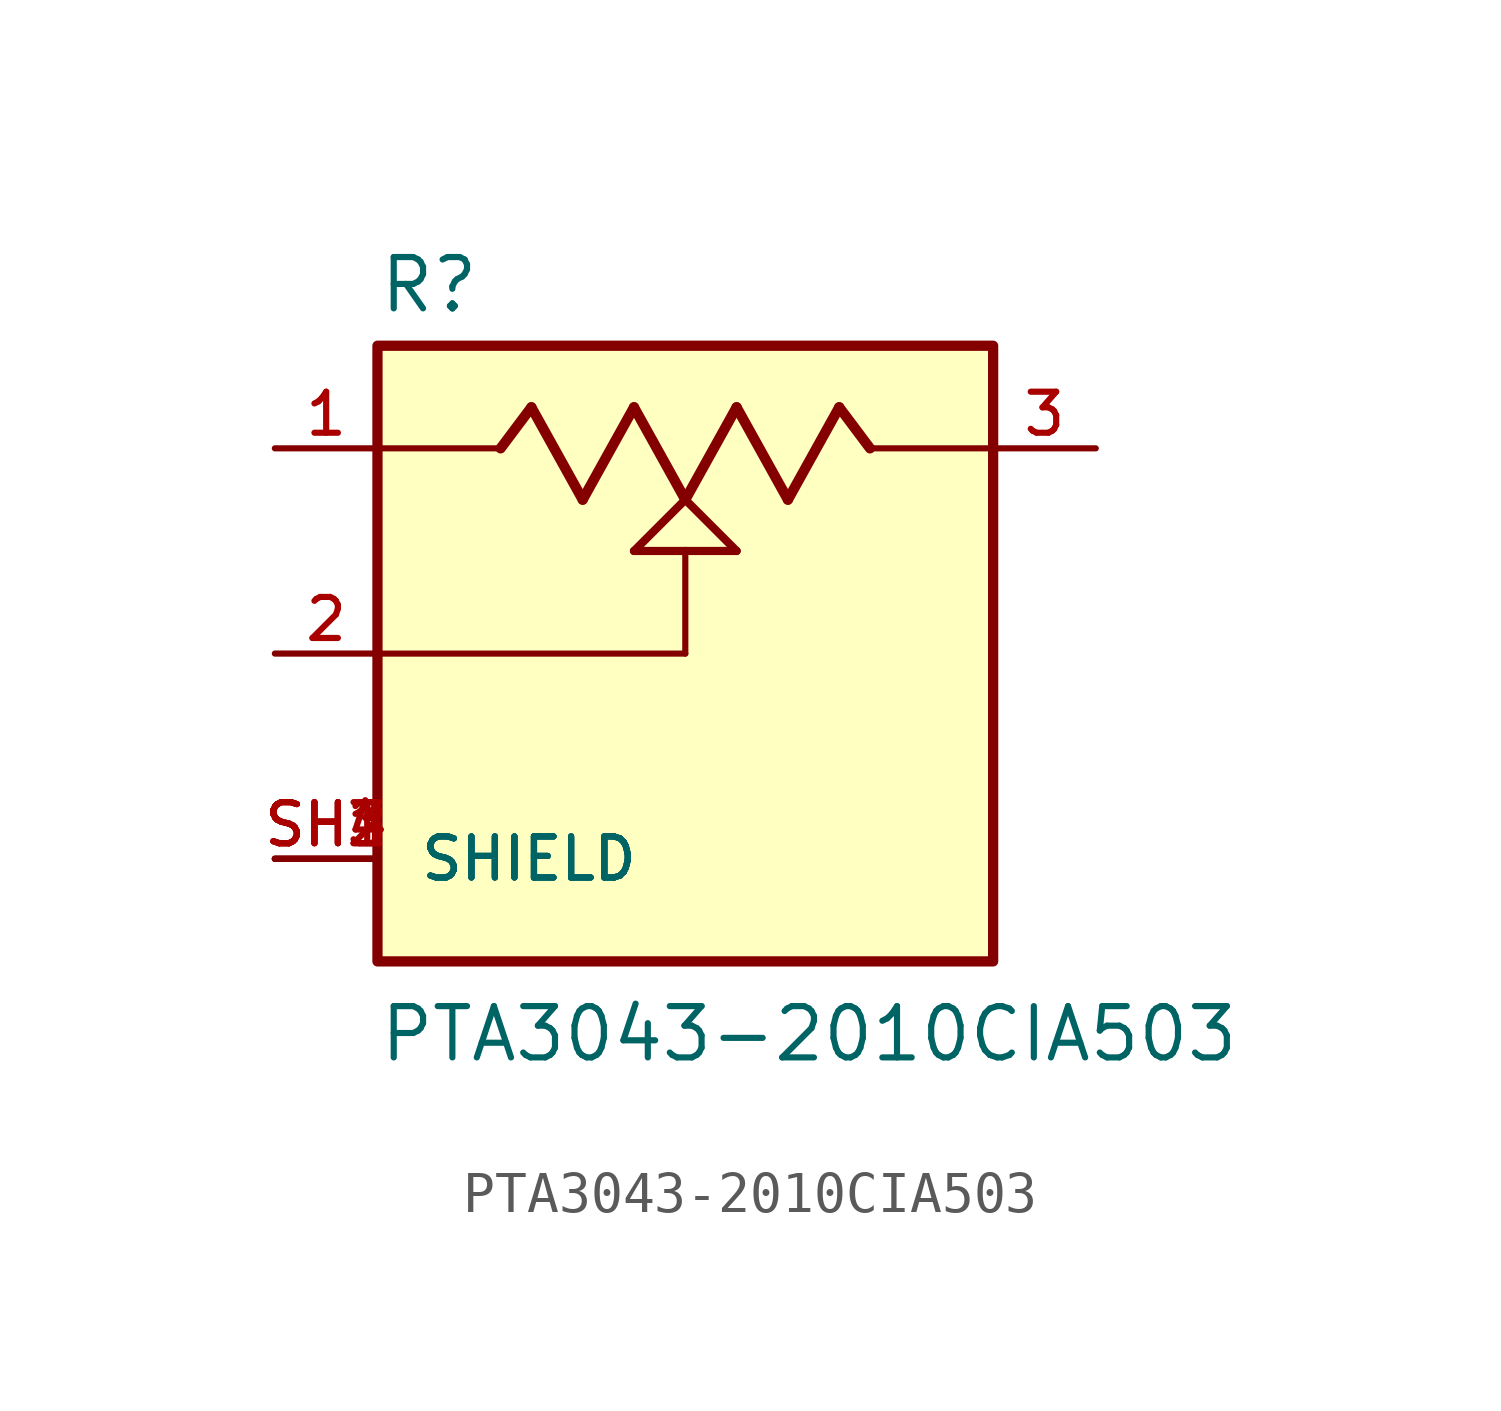
<source format=kicad_sym>
(kicad_symbol_lib
  (version 20211014)
  (generator kicad_symbol_editor)
  (symbol "PTA3043-2010CIA503"
    (pin_names
      (offset 1.016))
    (property "Reference" "R"
      (at -7.62 8.382 0)
      (effects (font (size 1.27 1.27)) (justify bottom left)))
    (property "Value" "PTA3043-2010CIA503"
      (at -7.62 -10.16 0)
      (effects (font (size 1.27 1.27)) (justify bottom left)))
    (symbol "PTA3043-2010CIA503_0_0"
      (polyline (pts (xy -7.62 5.08) (xy -4.572 5.08)) (stroke (width 0.152)))
      (polyline (pts (xy -4.572 5.08) (xy -3.81 6.096)) (stroke (width 0.254)))
      (polyline (pts (xy -3.81 6.096) (xy -2.54 3.81)) (stroke (width 0.254)))
      (polyline (pts (xy -2.54 3.81) (xy -1.27 6.096)) (stroke (width 0.254)))
      (polyline (pts (xy -1.27 6.096) (xy 0.0 3.81)) (stroke (width 0.254)))
      (polyline (pts (xy 0.0 3.81) (xy 1.27 6.096)) (stroke (width 0.254)))
      (polyline (pts (xy 1.27 6.096) (xy 2.54 3.81)) (stroke (width 0.254)))
      (polyline (pts (xy 2.54 3.81) (xy 3.81 6.096)) (stroke (width 0.254)))
      (polyline (pts (xy 3.81 6.096) (xy 4.572 5.08)) (stroke (width 0.254)))
      (polyline (pts (xy 4.572 5.08) (xy 7.62 5.08)) (stroke (width 0.152)))
      (polyline (pts (xy 0.0 3.81) (xy 1.27 2.54)) (stroke (width 0.203)))
      (polyline (pts (xy -1.27 2.54) (xy 0.0 3.81)) (stroke (width 0.203)))
      (polyline (pts (xy 1.27 2.54) (xy 0.0 2.54)) (stroke (width 0.203)))
      (polyline (pts (xy 0.0 2.54) (xy -1.27 2.54)) (stroke (width 0.203)))
      (polyline (pts (xy 0.0 2.54) (xy 0.0 0.0)) (stroke (width 0.152)))
      (polyline (pts (xy 0.0 0.0) (xy -7.62 0.0)) (stroke (width 0.152)))
      (rectangle (start -7.62 -7.62) (end 7.62 7.62) (stroke (width 0.254)) (fill (type background)))
      (pin passive line (at -10.16 5.08 0) (length 2.54) (name "~" (effects (font (size 1.016 1.016)))) (number "1" (effects (font (size 1.016 1.016)))))
      (pin passive line (at -10.16 0.0 0) (length 2.54) (name "~" (effects (font (size 1.016 1.016)))) (number "2" (effects (font (size 1.016 1.016)))))
      (pin passive line (at 10.16 5.08 180.0) (length 2.54) (name "~" (effects (font (size 1.016 1.016)))) (number "3" (effects (font (size 1.016 1.016)))))
      (pin passive line (at -10.16 -5.08 0) (length 2.54) (name "SHIELD" (effects (font (size 1.016 1.016)))) (number "SH1" (effects (font (size 1.016 1.016)))))
      (pin passive line (at -10.16 -5.08 0) (length 2.54) (name "SHIELD" (effects (font (size 1.016 1.016)))) (number "SH2" (effects (font (size 1.016 1.016)))))
      (pin passive line (at -10.16 -5.08 0) (length 2.54) (name "SHIELD" (effects (font (size 1.016 1.016)))) (number "SH3" (effects (font (size 1.016 1.016)))))
      (pin passive line (at -10.16 -5.08 0) (length 2.54) (name "SHIELD" (effects (font (size 1.016 1.016)))) (number "SH4" (effects (font (size 1.016 1.016))))))))
</source>
